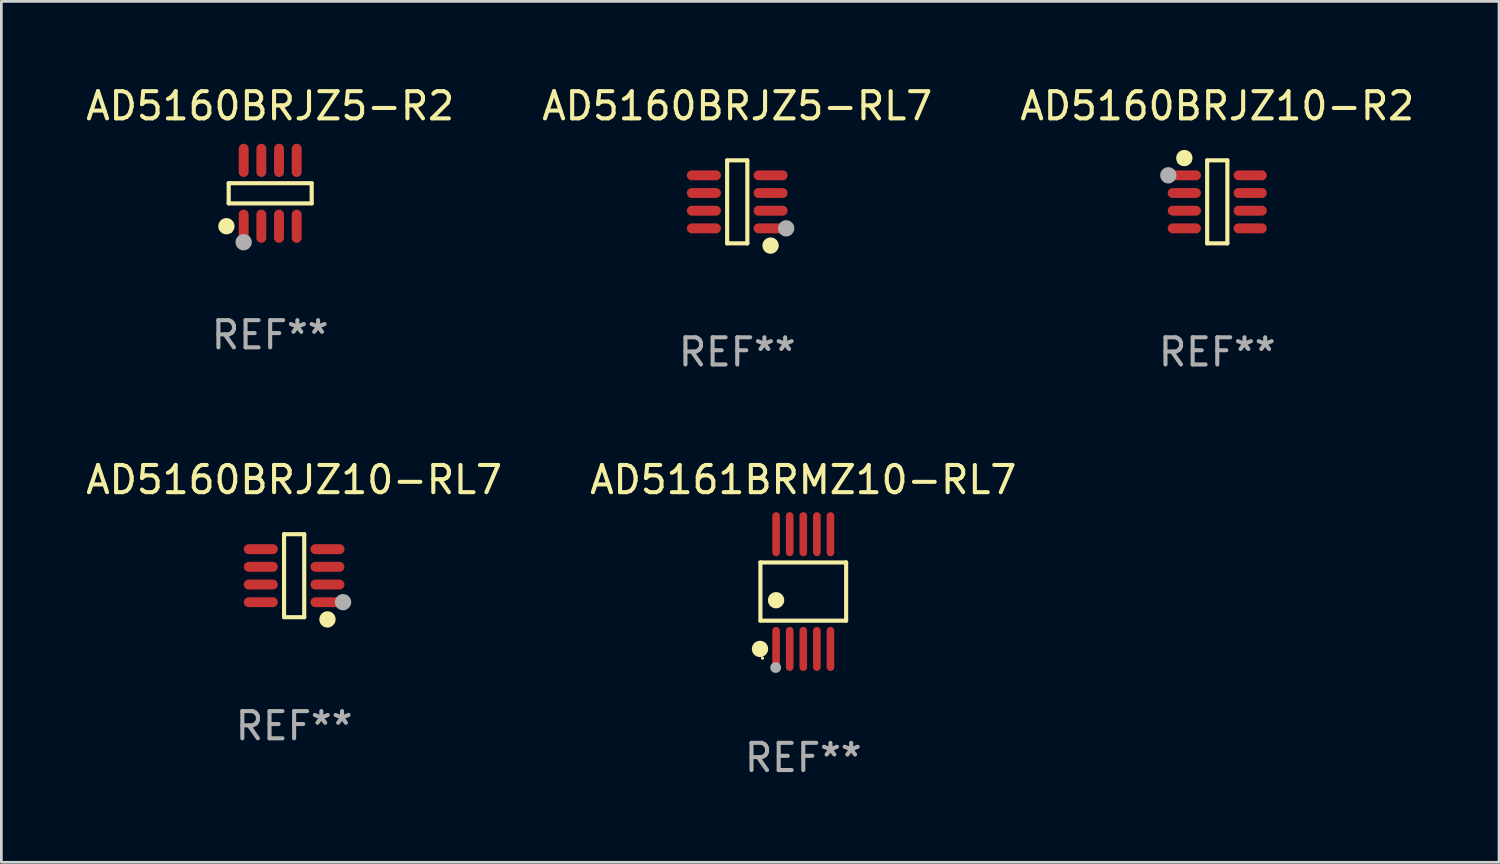
<source format=kicad_pcb>
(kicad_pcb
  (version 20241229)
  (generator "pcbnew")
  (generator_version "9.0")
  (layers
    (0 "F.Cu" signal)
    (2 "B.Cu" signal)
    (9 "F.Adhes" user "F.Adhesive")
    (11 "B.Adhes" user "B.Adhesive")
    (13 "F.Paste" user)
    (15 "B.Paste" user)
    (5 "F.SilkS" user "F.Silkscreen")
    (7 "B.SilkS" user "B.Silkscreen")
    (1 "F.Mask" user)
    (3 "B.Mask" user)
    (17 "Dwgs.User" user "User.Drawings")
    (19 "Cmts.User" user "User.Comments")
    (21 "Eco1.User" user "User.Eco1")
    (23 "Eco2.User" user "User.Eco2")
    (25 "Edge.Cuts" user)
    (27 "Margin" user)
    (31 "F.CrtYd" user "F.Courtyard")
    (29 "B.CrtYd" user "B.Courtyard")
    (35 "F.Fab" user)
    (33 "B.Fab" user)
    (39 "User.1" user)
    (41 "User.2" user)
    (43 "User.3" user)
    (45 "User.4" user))
  (footprint "AD5160BRJZ10-RL7"
    (layer "F.Cu")
    (at 7.768 18.123)
    (property "Reference" "AD5160BRJZ10-RL7" (at 0 -3.526 0) (layer "F.SilkS") (effects (font (size 1 1) (thickness 0.15))))
    (attr through_hole)
    (fp_line (start -0.371 -1.526) (end 0.371 -1.526) (stroke (width 0.152) (type solid)) (layer "F.SilkS"))
    (fp_line (start -0.371 1.526) (end -0.371 -1.526) (stroke (width 0.152) (type solid)) (layer "F.SilkS"))
    (fp_line (start 0.371 -1.526) (end 0.371 1.526) (stroke (width 0.152) (type solid)) (layer "F.SilkS"))
    (fp_line (start 0.371 1.526) (end -0.371 1.526) (stroke (width 0.152) (type solid)) (layer "F.SilkS"))
    (fp_circle (center 1.226 1.609) (end 1.376 1.609) (stroke (width 0.3) (type solid)) (fill no) (layer "F.SilkS"))
    (fp_circle (center 1.4 1.45) (end 1.43 1.45) (stroke (width 0.06) (type solid)) (fill no) (layer "F.SilkS"))
    (fp_circle (center 1.8 0.975) (end 1.95 0.975) (stroke (width 0.3) (type solid)) (fill no) (layer "F.Fab"))
    (fp_text user "REF**" (at 0 5.526 0) (layer "F.Fab") (effects (font (size 1 1) (thickness 0.15))))
    (pad "1" smd oval (at 1.226 0.975) (size 1.252 0.364) (layers "F.Cu" "F.Mask" "F.Paste"))
    (pad "2" smd oval (at 1.226 0.325) (size 1.252 0.364) (layers "F.Cu" "F.Mask" "F.Paste"))
    (pad "3" smd oval (at 1.226 -0.325) (size 1.252 0.364) (layers "F.Cu" "F.Mask" "F.Paste"))
    (pad "4" smd oval (at 1.226 -0.975) (size 1.252 0.364) (layers "F.Cu" "F.Mask" "F.Paste"))
    (pad "5" smd oval (at -1.226 -0.975) (size 1.252 0.364) (layers "F.Cu" "F.Mask" "F.Paste"))
    (pad "6" smd oval (at -1.226 -0.325) (size 1.252 0.364) (layers "F.Cu" "F.Mask" "F.Paste"))
    (pad "7" smd oval (at -1.226 0.325) (size 1.252 0.364) (layers "F.Cu" "F.Mask" "F.Paste"))
    (pad "8" smd oval (at -1.226 0.975) (size 1.252 0.364) (layers "F.Cu" "F.Mask" "F.Paste")))
  (footprint "AD5160BRJZ10-R2"
    (layer "F.Cu")
    (at 41.72 4.374)
    (property "Reference" "AD5160BRJZ10-R2" (at 0 -3.526 0) (layer "F.SilkS") (effects (font (size 1 1) (thickness 0.15))))
    (attr through_hole)
    (fp_line (start -0.371 -1.526) (end 0.371 -1.526) (stroke (width 0.152) (type solid)) (layer "F.SilkS"))
    (fp_line (start -0.371 1.526) (end -0.371 -1.526) (stroke (width 0.152) (type solid)) (layer "F.SilkS"))
    (fp_line (start 0.371 -1.526) (end 0.371 1.526) (stroke (width 0.152) (type solid)) (layer "F.SilkS"))
    (fp_line (start 0.371 1.526) (end -0.371 1.526) (stroke (width 0.152) (type solid)) (layer "F.SilkS"))
    (fp_circle (center -1.4 -1.451) (end -1.37 -1.451) (stroke (width 0.06) (type solid)) (fill no) (layer "F.SilkS"))
    (fp_circle (center -1.211 -1.61) (end -1.061 -1.61) (stroke (width 0.3) (type solid)) (fill no) (layer "F.SilkS"))
    (fp_circle (center -1.8 -0.976) (end -1.65 -0.976) (stroke (width 0.3) (type solid)) (fill no) (layer "F.Fab"))
    (fp_text user "REF**" (at 0 5.526 0) (layer "F.Fab") (effects (font (size 1 1) (thickness 0.15))))
    (pad "1" smd oval (at -1.211 -0.975 270) (size 0.364 1.222) (layers "F.Cu" "F.Mask" "F.Paste"))
    (pad "2" smd oval (at -1.211 -0.325 270) (size 0.364 1.222) (layers "F.Cu" "F.Mask" "F.Paste"))
    (pad "3" smd oval (at -1.211 0.325 270) (size 0.364 1.222) (layers "F.Cu" "F.Mask" "F.Paste"))
    (pad "4" smd oval (at -1.211 0.975 270) (size 0.364 1.222) (layers "F.Cu" "F.Mask" "F.Paste"))
    (pad "5" smd oval (at 1.211 0.975 270) (size 0.364 1.222) (layers "F.Cu" "F.Mask" "F.Paste"))
    (pad "6" smd oval (at 1.211 0.325 270) (size 0.364 1.222) (layers "F.Cu" "F.Mask" "F.Paste"))
    (pad "7" smd oval (at 1.211 -0.325 270) (size 0.364 1.222) (layers "F.Cu" "F.Mask" "F.Paste"))
    (pad "8" smd oval (at 1.211 -0.975 270) (size 0.364 1.222) (layers "F.Cu" "F.Mask" "F.Paste")))
  (footprint "AD5160BRJZ5-RL7"
    (layer "F.Cu")
    (at 24.065 4.374)
    (property "Reference" "AD5160BRJZ5-RL7" (at 0 -3.526 0) (layer "F.SilkS") (effects (font (size 1 1) (thickness 0.15))))
    (attr through_hole)
    (fp_line (start -0.371 -1.526) (end 0.371 -1.526) (stroke (width 0.152) (type solid)) (layer "F.SilkS"))
    (fp_line (start -0.371 1.526) (end -0.371 -1.526) (stroke (width 0.152) (type solid)) (layer "F.SilkS"))
    (fp_line (start 0.371 -1.526) (end 0.371 1.526) (stroke (width 0.152) (type solid)) (layer "F.SilkS"))
    (fp_line (start 0.371 1.526) (end -0.371 1.526) (stroke (width 0.152) (type solid)) (layer "F.SilkS"))
    (fp_circle (center 1.226 1.609) (end 1.376 1.609) (stroke (width 0.3) (type solid)) (fill no) (layer "F.SilkS"))
    (fp_circle (center 1.4 1.45) (end 1.43 1.45) (stroke (width 0.06) (type solid)) (fill no) (layer "F.SilkS"))
    (fp_circle (center 1.8 0.975) (end 1.95 0.975) (stroke (width 0.3) (type solid)) (fill no) (layer "F.Fab"))
    (fp_text user "REF**" (at 0 5.526 0) (layer "F.Fab") (effects (font (size 1 1) (thickness 0.15))))
    (pad "1" smd oval (at 1.226 0.975) (size 1.252 0.364) (layers "F.Cu" "F.Mask" "F.Paste"))
    (pad "2" smd oval (at 1.226 0.325) (size 1.252 0.364) (layers "F.Cu" "F.Mask" "F.Paste"))
    (pad "3" smd oval (at 1.226 -0.325) (size 1.252 0.364) (layers "F.Cu" "F.Mask" "F.Paste"))
    (pad "4" smd oval (at 1.226 -0.975) (size 1.252 0.364) (layers "F.Cu" "F.Mask" "F.Paste"))
    (pad "5" smd oval (at -1.226 -0.975) (size 1.252 0.364) (layers "F.Cu" "F.Mask" "F.Paste"))
    (pad "6" smd oval (at -1.226 -0.325) (size 1.252 0.364) (layers "F.Cu" "F.Mask" "F.Paste"))
    (pad "7" smd oval (at -1.226 0.325) (size 1.252 0.364) (layers "F.Cu" "F.Mask" "F.Paste"))
    (pad "8" smd oval (at -1.226 0.975) (size 1.252 0.364) (layers "F.Cu" "F.Mask" "F.Paste")))
  (footprint "AD5161BRMZ10-RL7"
    (layer "F.Cu")
    (at 26.494 18.707)
    (property "Reference" "AD5161BRMZ10-RL7" (at 0 -4.11 0) (layer "F.SilkS") (effects (font (size 1 1) (thickness 0.15))))
    (attr through_hole)
    (fp_line (start -1.576 -1.071) (end 1.576 -1.071) (stroke (width 0.152) (type solid)) (layer "F.SilkS"))
    (fp_line (start -1.576 1.071) (end -1.576 -1.071) (stroke (width 0.152) (type solid)) (layer "F.SilkS"))
    (fp_line (start 1.576 -1.071) (end 1.576 1.071) (stroke (width 0.152) (type solid)) (layer "F.SilkS"))
    (fp_line (start 1.576 1.071) (end -1.576 1.071) (stroke (width 0.152) (type solid)) (layer "F.SilkS"))
    (fp_circle (center -1.592 2.11) (end -1.442 2.11) (stroke (width 0.3) (type solid)) (fill no) (layer "F.SilkS"))
    (fp_circle (center -1.5 2.45) (end -1.47 2.45) (stroke (width 0.06) (type solid)) (fill no) (layer "F.SilkS"))
    (fp_circle (center -1 0.319) (end -0.85 0.319) (stroke (width 0.3) (type solid)) (fill no) (layer "F.SilkS"))
    (fp_circle (center -1.016 2.794) (end -0.916 2.794) (stroke (width 0.2) (type solid)) (fill no) (layer "F.Fab"))
    (fp_text user "REF**" (at 0 6.11 0) (layer "F.Fab") (effects (font (size 1 1) (thickness 0.15))))
    (pad "1" smd oval (at -1 2.11) (size 0.28 1.62) (layers "F.Cu" "F.Mask" "F.Paste"))
    (pad "2" smd oval (at -0.5 2.11) (size 0.28 1.62) (layers "F.Cu" "F.Mask" "F.Paste"))
    (pad "3" smd oval (at 0 2.11) (size 0.28 1.62) (layers "F.Cu" "F.Mask" "F.Paste"))
    (pad "4" smd oval (at 0.5 2.11) (size 0.28 1.62) (layers "F.Cu" "F.Mask" "F.Paste"))
    (pad "5" smd oval (at 1 2.11) (size 0.28 1.62) (layers "F.Cu" "F.Mask" "F.Paste"))
    (pad "6" smd oval (at 1 -2.11) (size 0.28 1.62) (layers "F.Cu" "F.Mask" "F.Paste"))
    (pad "7" smd oval (at 0.5 -2.11) (size 0.28 1.62) (layers "F.Cu" "F.Mask" "F.Paste"))
    (pad "8" smd oval (at 0 -2.11) (size 0.28 1.62) (layers "F.Cu" "F.Mask" "F.Paste"))
    (pad "9" smd oval (at -0.5 -2.11) (size 0.28 1.62) (layers "F.Cu" "F.Mask" "F.Paste"))
    (pad "10" smd oval (at -1 -2.11) (size 0.28 1.62) (layers "F.Cu" "F.Mask" "F.Paste")))
  (footprint "AD5160BRJZ5-R2"
    (layer "F.Cu")
    (at 6.887 4.059)
    (property "Reference" "AD5160BRJZ5-R2" (at 0 -3.211 0) (layer "F.SilkS") (effects (font (size 1 1) (thickness 0.15))))
    (attr through_hole)
    (fp_line (start -1.526 -0.371) (end 1.526 -0.371) (stroke (width 0.152) (type solid)) (layer "F.SilkS"))
    (fp_line (start -1.526 0.371) (end -1.526 -0.371) (stroke (width 0.152) (type solid)) (layer "F.SilkS"))
    (fp_line (start 1.526 -0.371) (end 1.526 0.371) (stroke (width 0.152) (type solid)) (layer "F.SilkS"))
    (fp_line (start 1.526 0.371) (end -1.526 0.371) (stroke (width 0.152) (type solid)) (layer "F.SilkS"))
    (fp_circle (center -1.609 1.211) (end -1.459 1.211) (stroke (width 0.3) (type solid)) (fill no) (layer "F.SilkS"))
    (fp_circle (center -1.45 1.4) (end -1.42 1.4) (stroke (width 0.06) (type solid)) (fill no) (layer "F.SilkS"))
    (fp_circle (center -0.975 1.8) (end -0.825 1.8) (stroke (width 0.3) (type solid)) (fill no) (layer "F.Fab"))
    (fp_text user "REF**" (at 0 5.211 0) (layer "F.Fab") (effects (font (size 1 1) (thickness 0.15))))
    (pad "1" smd oval (at -0.975 1.211) (size 0.364 1.222) (layers "F.Cu" "F.Mask" "F.Paste"))
    (pad "2" smd oval (at -0.325 1.211) (size 0.364 1.222) (layers "F.Cu" "F.Mask" "F.Paste"))
    (pad "3" smd oval (at 0.325 1.211) (size 0.364 1.222) (layers "F.Cu" "F.Mask" "F.Paste"))
    (pad "4" smd oval (at 0.975 1.211) (size 0.364 1.222) (layers "F.Cu" "F.Mask" "F.Paste"))
    (pad "5" smd oval (at 0.975 -1.211) (size 0.364 1.222) (layers "F.Cu" "F.Mask" "F.Paste"))
    (pad "6" smd oval (at 0.325 -1.211) (size 0.364 1.222) (layers "F.Cu" "F.Mask" "F.Paste"))
    (pad "7" smd oval (at -0.325 -1.211) (size 0.364 1.222) (layers "F.Cu" "F.Mask" "F.Paste"))
    (pad "8" smd oval (at -0.975 -1.211) (size 0.364 1.222) (layers "F.Cu" "F.Mask" "F.Paste")))
  (gr_rect
    (start -3 -3)
    (end 52.083 28.665)
    (stroke (width 0.1) (type default))
    (fill no)
    (layer "Edge.Cuts")))
</source>
